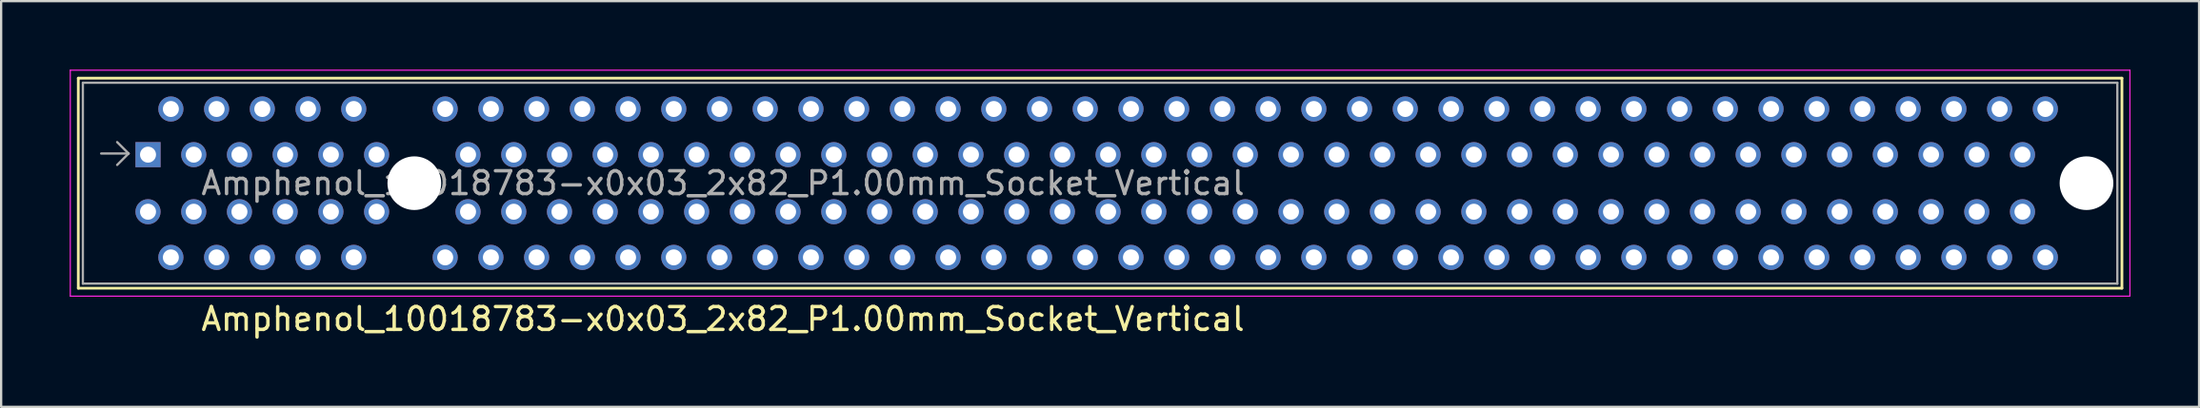
<source format=kicad_pcb>
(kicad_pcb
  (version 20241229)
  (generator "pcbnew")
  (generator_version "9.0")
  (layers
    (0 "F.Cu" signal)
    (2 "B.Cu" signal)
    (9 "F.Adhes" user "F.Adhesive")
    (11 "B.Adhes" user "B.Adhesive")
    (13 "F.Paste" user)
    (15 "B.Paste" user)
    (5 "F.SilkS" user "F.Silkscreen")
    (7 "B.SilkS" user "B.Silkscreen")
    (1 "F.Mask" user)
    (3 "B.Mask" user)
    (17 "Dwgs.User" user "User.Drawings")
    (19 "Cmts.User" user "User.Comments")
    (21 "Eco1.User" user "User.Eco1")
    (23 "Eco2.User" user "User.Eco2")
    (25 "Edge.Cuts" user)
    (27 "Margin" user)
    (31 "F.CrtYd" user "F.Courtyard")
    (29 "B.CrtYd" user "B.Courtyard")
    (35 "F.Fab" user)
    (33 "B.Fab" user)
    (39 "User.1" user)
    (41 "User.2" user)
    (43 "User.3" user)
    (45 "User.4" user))
  (footprint "Amphenol_10018783-x0x03_2x82_P1.00mm_Socket_Vertical"
    (layer "F.Cu")
    (at 3.425 3.725)
    (property "Reference" "Amphenol_10018783-x0x03_2x82_P1.00mm_Socket_Vertical" (at 25.15 7.2 0) (layer "F.SilkS") (effects (font (size 1 1) (thickness 0.15))))
    (attr through_hole)
    (fp_line (start -3.05 -3.35) (end -3.05 5.85) (stroke (width 0.12) (type solid)) (layer "F.SilkS"))
    (fp_line (start -3.05 5.85) (end 86.35 5.85) (stroke (width 0.12) (type solid)) (layer "F.SilkS"))
    (fp_line (start 86.35 -3.35) (end -3.05 -3.35) (stroke (width 0.12) (type solid)) (layer "F.SilkS"))
    (fp_line (start 86.35 5.85) (end 86.35 -3.35) (stroke (width 0.12) (type solid)) (layer "F.SilkS"))
    (fp_line (start -3.4 -3.7) (end -3.4 6.2) (stroke (width 0.05) (type solid)) (layer "F.CrtYd"))
    (fp_line (start -3.4 6.2) (end 86.7 6.2) (stroke (width 0.05) (type solid)) (layer "F.CrtYd"))
    (fp_line (start 86.7 -3.7) (end -3.4 -3.7) (stroke (width 0.05) (type solid)) (layer "F.CrtYd"))
    (fp_line (start 86.7 6.2) (end 86.7 -3.7) (stroke (width 0.05) (type solid)) (layer "F.CrtYd"))
    (fp_line (start -2.85 -3.15) (end -2.85 5.65) (stroke (width 0.1) (type solid)) (layer "F.Fab"))
    (fp_line (start -0.85 -0.05) (end -2.05 -0.05) (stroke (width 0.1) (type solid)) (layer "F.Fab"))
    (fp_line (start -0.85 -0.05) (end -1.35 -0.55) (stroke (width 0.1) (type solid)) (layer "F.Fab"))
    (fp_line (start -0.85 -0.05) (end -1.35 0.45) (stroke (width 0.1) (type solid)) (layer "F.Fab"))
    (fp_line (start 86.15 -3.15) (end -2.85 -3.15) (stroke (width 0.1) (type solid)) (layer "F.Fab"))
    (fp_line (start 86.15 -3.15) (end 86.15 5.65) (stroke (width 0.1) (type solid)) (layer "F.Fab"))
    (fp_line (start 86.15 5.65) (end -2.85 5.65) (stroke (width 0.1) (type solid)) (layer "F.Fab"))
    (fp_text user "${REFERENCE}" (at 25.15 1.25 0) (layer "F.Fab") (effects (font (size 1 1) (thickness 0.15))))
    (pad "" np_thru_hole circle (at 11.65 1.25) (size 2.35 2.35) (drill 2.35) (layers "*.Cu" "*.Mask"))
    (pad "" np_thru_hole circle (at 84.8 1.25) (size 2.35 2.35) (drill 2.35) (layers "*.Cu" "*.Mask"))
    (pad "A1" thru_hole rect (at 0 0) (size 1.1 1.1) (drill 0.7) (layers "*.Cu" "*.Mask"))
    (pad "A2" thru_hole circle (at 1 -2) (size 1.1 1.1) (drill 0.7) (layers "*.Cu" "*.Mask"))
    (pad "A3" thru_hole circle (at 2 0) (size 1.1 1.1) (drill 0.7) (layers "*.Cu" "*.Mask"))
    (pad "A4" thru_hole circle (at 3 -2) (size 1.1 1.1) (drill 0.7) (layers "*.Cu" "*.Mask"))
    (pad "A5" thru_hole circle (at 4 0) (size 1.1 1.1) (drill 0.7) (layers "*.Cu" "*.Mask"))
    (pad "A6" thru_hole circle (at 5 -2) (size 1.1 1.1) (drill 0.7) (layers "*.Cu" "*.Mask"))
    (pad "A7" thru_hole circle (at 6 0) (size 1.1 1.1) (drill 0.7) (layers "*.Cu" "*.Mask"))
    (pad "A8" thru_hole circle (at 7 -2) (size 1.1 1.1) (drill 0.7) (layers "*.Cu" "*.Mask"))
    (pad "A9" thru_hole circle (at 8 0) (size 1.1 1.1) (drill 0.7) (layers "*.Cu" "*.Mask"))
    (pad "A10" thru_hole circle (at 9 -2) (size 1.1 1.1) (drill 0.7) (layers "*.Cu" "*.Mask"))
    (pad "A11" thru_hole circle (at 10 0) (size 1.1 1.1) (drill 0.7) (layers "*.Cu" "*.Mask"))
    (pad "A12" thru_hole circle (at 13 -2) (size 1.1 1.1) (drill 0.7) (layers "*.Cu" "*.Mask"))
    (pad "A13" thru_hole circle (at 14 0) (size 1.1 1.1) (drill 0.7) (layers "*.Cu" "*.Mask"))
    (pad "A14" thru_hole circle (at 15 -2) (size 1.1 1.1) (drill 0.7) (layers "*.Cu" "*.Mask"))
    (pad "A15" thru_hole circle (at 16 0) (size 1.1 1.1) (drill 0.7) (layers "*.Cu" "*.Mask"))
    (pad "A16" thru_hole circle (at 17 -2) (size 1.1 1.1) (drill 0.7) (layers "*.Cu" "*.Mask"))
    (pad "A17" thru_hole circle (at 18 0) (size 1.1 1.1) (drill 0.7) (layers "*.Cu" "*.Mask"))
    (pad "A18" thru_hole circle (at 19 -2) (size 1.1 1.1) (drill 0.7) (layers "*.Cu" "*.Mask"))
    (pad "A19" thru_hole circle (at 20 0) (size 1.1 1.1) (drill 0.7) (layers "*.Cu" "*.Mask"))
    (pad "A20" thru_hole circle (at 21 -2) (size 1.1 1.1) (drill 0.7) (layers "*.Cu" "*.Mask"))
    (pad "A21" thru_hole circle (at 22 0) (size 1.1 1.1) (drill 0.7) (layers "*.Cu" "*.Mask"))
    (pad "A22" thru_hole circle (at 23 -2) (size 1.1 1.1) (drill 0.7) (layers "*.Cu" "*.Mask"))
    (pad "A23" thru_hole circle (at 24 0) (size 1.1 1.1) (drill 0.7) (layers "*.Cu" "*.Mask"))
    (pad "A24" thru_hole circle (at 25 -2) (size 1.1 1.1) (drill 0.7) (layers "*.Cu" "*.Mask"))
    (pad "A25" thru_hole circle (at 26 0) (size 1.1 1.1) (drill 0.7) (layers "*.Cu" "*.Mask"))
    (pad "A26" thru_hole circle (at 27 -2) (size 1.1 1.1) (drill 0.7) (layers "*.Cu" "*.Mask"))
    (pad "A27" thru_hole circle (at 28 0) (size 1.1 1.1) (drill 0.7) (layers "*.Cu" "*.Mask"))
    (pad "A28" thru_hole circle (at 29 -2) (size 1.1 1.1) (drill 0.7) (layers "*.Cu" "*.Mask"))
    (pad "A29" thru_hole circle (at 30 0) (size 1.1 1.1) (drill 0.7) (layers "*.Cu" "*.Mask"))
    (pad "A30" thru_hole circle (at 31 -2) (size 1.1 1.1) (drill 0.7) (layers "*.Cu" "*.Mask"))
    (pad "A31" thru_hole circle (at 32 0) (size 1.1 1.1) (drill 0.7) (layers "*.Cu" "*.Mask"))
    (pad "A32" thru_hole circle (at 33 -2) (size 1.1 1.1) (drill 0.7) (layers "*.Cu" "*.Mask"))
    (pad "A33" thru_hole circle (at 34 0) (size 1.1 1.1) (drill 0.7) (layers "*.Cu" "*.Mask"))
    (pad "A34" thru_hole circle (at 35 -2) (size 1.1 1.1) (drill 0.7) (layers "*.Cu" "*.Mask"))
    (pad "A35" thru_hole circle (at 36 0) (size 1.1 1.1) (drill 0.7) (layers "*.Cu" "*.Mask"))
    (pad "A36" thru_hole circle (at 37 -2) (size 1.1 1.1) (drill 0.7) (layers "*.Cu" "*.Mask"))
    (pad "A37" thru_hole circle (at 38 0) (size 1.1 1.1) (drill 0.7) (layers "*.Cu" "*.Mask"))
    (pad "A38" thru_hole circle (at 39 -2) (size 1.1 1.1) (drill 0.7) (layers "*.Cu" "*.Mask"))
    (pad "A39" thru_hole circle (at 40 0) (size 1.1 1.1) (drill 0.7) (layers "*.Cu" "*.Mask"))
    (pad "A40" thru_hole circle (at 41 -2) (size 1.1 1.1) (drill 0.7) (layers "*.Cu" "*.Mask"))
    (pad "A41" thru_hole circle (at 42 0) (size 1.1 1.1) (drill 0.7) (layers "*.Cu" "*.Mask"))
    (pad "A42" thru_hole circle (at 43 -2) (size 1.1 1.1) (drill 0.7) (layers "*.Cu" "*.Mask"))
    (pad "A43" thru_hole circle (at 44 0) (size 1.1 1.1) (drill 0.7) (layers "*.Cu" "*.Mask"))
    (pad "A44" thru_hole circle (at 45 -2) (size 1.1 1.1) (drill 0.7) (layers "*.Cu" "*.Mask"))
    (pad "A45" thru_hole circle (at 46 0) (size 1.1 1.1) (drill 0.7) (layers "*.Cu" "*.Mask"))
    (pad "A46" thru_hole circle (at 47 -2) (size 1.1 1.1) (drill 0.7) (layers "*.Cu" "*.Mask"))
    (pad "A47" thru_hole circle (at 48 0) (size 1.1 1.1) (drill 0.7) (layers "*.Cu" "*.Mask"))
    (pad "A48" thru_hole circle (at 49 -2) (size 1.1 1.1) (drill 0.7) (layers "*.Cu" "*.Mask"))
    (pad "A49" thru_hole circle (at 50 0) (size 1.1 1.1) (drill 0.7) (layers "*.Cu" "*.Mask"))
    (pad "A50" thru_hole circle (at 51 -2) (size 1.1 1.1) (drill 0.7) (layers "*.Cu" "*.Mask"))
    (pad "A51" thru_hole circle (at 52 0) (size 1.1 1.1) (drill 0.7) (layers "*.Cu" "*.Mask"))
    (pad "A52" thru_hole circle (at 53 -2) (size 1.1 1.1) (drill 0.7) (layers "*.Cu" "*.Mask"))
    (pad "A53" thru_hole circle (at 54 0) (size 1.1 1.1) (drill 0.7) (layers "*.Cu" "*.Mask"))
    (pad "A54" thru_hole circle (at 55 -2) (size 1.1 1.1) (drill 0.7) (layers "*.Cu" "*.Mask"))
    (pad "A55" thru_hole circle (at 56 0) (size 1.1 1.1) (drill 0.7) (layers "*.Cu" "*.Mask"))
    (pad "A56" thru_hole circle (at 57 -2) (size 1.1 1.1) (drill 0.7) (layers "*.Cu" "*.Mask"))
    (pad "A57" thru_hole circle (at 58 0) (size 1.1 1.1) (drill 0.7) (layers "*.Cu" "*.Mask"))
    (pad "A58" thru_hole circle (at 59 -2) (size 1.1 1.1) (drill 0.7) (layers "*.Cu" "*.Mask"))
    (pad "A59" thru_hole circle (at 60 0) (size 1.1 1.1) (drill 0.7) (layers "*.Cu" "*.Mask"))
    (pad "A60" thru_hole circle (at 61 -2) (size 1.1 1.1) (drill 0.7) (layers "*.Cu" "*.Mask"))
    (pad "A61" thru_hole circle (at 62 0) (size 1.1 1.1) (drill 0.7) (layers "*.Cu" "*.Mask"))
    (pad "A62" thru_hole circle (at 63 -2) (size 1.1 1.1) (drill 0.7) (layers "*.Cu" "*.Mask"))
    (pad "A63" thru_hole circle (at 64 0) (size 1.1 1.1) (drill 0.7) (layers "*.Cu" "*.Mask"))
    (pad "A64" thru_hole circle (at 65 -2) (size 1.1 1.1) (drill 0.7) (layers "*.Cu" "*.Mask"))
    (pad "A65" thru_hole circle (at 66 0) (size 1.1 1.1) (drill 0.7) (layers "*.Cu" "*.Mask"))
    (pad "A66" thru_hole circle (at 67 -2) (size 1.1 1.1) (drill 0.7) (layers "*.Cu" "*.Mask"))
    (pad "A67" thru_hole circle (at 68 0) (size 1.1 1.1) (drill 0.7) (layers "*.Cu" "*.Mask"))
    (pad "A68" thru_hole circle (at 69 -2) (size 1.1 1.1) (drill 0.7) (layers "*.Cu" "*.Mask"))
    (pad "A69" thru_hole circle (at 70 0) (size 1.1 1.1) (drill 0.7) (layers "*.Cu" "*.Mask"))
    (pad "A70" thru_hole circle (at 71 -2) (size 1.1 1.1) (drill 0.7) (layers "*.Cu" "*.Mask"))
    (pad "A71" thru_hole circle (at 72 0) (size 1.1 1.1) (drill 0.7) (layers "*.Cu" "*.Mask"))
    (pad "A72" thru_hole circle (at 73 -2) (size 1.1 1.1) (drill 0.7) (layers "*.Cu" "*.Mask"))
    (pad "A73" thru_hole circle (at 74 0) (size 1.1 1.1) (drill 0.7) (layers "*.Cu" "*.Mask"))
    (pad "A74" thru_hole circle (at 75 -2) (size 1.1 1.1) (drill 0.7) (layers "*.Cu" "*.Mask"))
    (pad "A75" thru_hole circle (at 76 0) (size 1.1 1.1) (drill 0.7) (layers "*.Cu" "*.Mask"))
    (pad "A76" thru_hole circle (at 77 -2) (size 1.1 1.1) (drill 0.7) (layers "*.Cu" "*.Mask"))
    (pad "A77" thru_hole circle (at 78 0) (size 1.1 1.1) (drill 0.7) (layers "*.Cu" "*.Mask"))
    (pad "A78" thru_hole circle (at 79 -2) (size 1.1 1.1) (drill 0.7) (layers "*.Cu" "*.Mask"))
    (pad "A79" thru_hole circle (at 80 0) (size 1.1 1.1) (drill 0.7) (layers "*.Cu" "*.Mask"))
    (pad "A80" thru_hole circle (at 81 -2) (size 1.1 1.1) (drill 0.7) (layers "*.Cu" "*.Mask"))
    (pad "A81" thru_hole circle (at 82 0) (size 1.1 1.1) (drill 0.7) (layers "*.Cu" "*.Mask"))
    (pad "A82" thru_hole circle (at 83 -2) (size 1.1 1.1) (drill 0.7) (layers "*.Cu" "*.Mask"))
    (pad "B1" thru_hole circle (at 0 2.5) (size 1.1 1.1) (drill 0.7) (layers "*.Cu" "*.Mask"))
    (pad "B2" thru_hole circle (at 1 4.5) (size 1.1 1.1) (drill 0.7) (layers "*.Cu" "*.Mask"))
    (pad "B3" thru_hole circle (at 2 2.5) (size 1.1 1.1) (drill 0.7) (layers "*.Cu" "*.Mask"))
    (pad "B4" thru_hole circle (at 3 4.5) (size 1.1 1.1) (drill 0.7) (layers "*.Cu" "*.Mask"))
    (pad "B5" thru_hole circle (at 4 2.5) (size 1.1 1.1) (drill 0.7) (layers "*.Cu" "*.Mask"))
    (pad "B6" thru_hole circle (at 5 4.5) (size 1.1 1.1) (drill 0.7) (layers "*.Cu" "*.Mask"))
    (pad "B7" thru_hole circle (at 6 2.5) (size 1.1 1.1) (drill 0.7) (layers "*.Cu" "*.Mask"))
    (pad "B8" thru_hole circle (at 7 4.5) (size 1.1 1.1) (drill 0.7) (layers "*.Cu" "*.Mask"))
    (pad "B9" thru_hole circle (at 8 2.5) (size 1.1 1.1) (drill 0.7) (layers "*.Cu" "*.Mask"))
    (pad "B10" thru_hole circle (at 9 4.5) (size 1.1 1.1) (drill 0.7) (layers "*.Cu" "*.Mask"))
    (pad "B11" thru_hole circle (at 10 2.5) (size 1.1 1.1) (drill 0.7) (layers "*.Cu" "*.Mask"))
    (pad "B12" thru_hole circle (at 13 4.5) (size 1.1 1.1) (drill 0.7) (layers "*.Cu" "*.Mask"))
    (pad "B13" thru_hole circle (at 14 2.5) (size 1.1 1.1) (drill 0.7) (layers "*.Cu" "*.Mask"))
    (pad "B14" thru_hole circle (at 15 4.5) (size 1.1 1.1) (drill 0.7) (layers "*.Cu" "*.Mask"))
    (pad "B15" thru_hole circle (at 16 2.5) (size 1.1 1.1) (drill 0.7) (layers "*.Cu" "*.Mask"))
    (pad "B16" thru_hole circle (at 17 4.5) (size 1.1 1.1) (drill 0.7) (layers "*.Cu" "*.Mask"))
    (pad "B17" thru_hole circle (at 18 2.5) (size 1.1 1.1) (drill 0.7) (layers "*.Cu" "*.Mask"))
    (pad "B18" thru_hole circle (at 19 4.5) (size 1.1 1.1) (drill 0.7) (layers "*.Cu" "*.Mask"))
    (pad "B19" thru_hole circle (at 20 2.5) (size 1.1 1.1) (drill 0.7) (layers "*.Cu" "*.Mask"))
    (pad "B20" thru_hole circle (at 21 4.5) (size 1.1 1.1) (drill 0.7) (layers "*.Cu" "*.Mask"))
    (pad "B21" thru_hole circle (at 22 2.5) (size 1.1 1.1) (drill 0.7) (layers "*.Cu" "*.Mask"))
    (pad "B22" thru_hole circle (at 23 4.5) (size 1.1 1.1) (drill 0.7) (layers "*.Cu" "*.Mask"))
    (pad "B23" thru_hole circle (at 24 2.5) (size 1.1 1.1) (drill 0.7) (layers "*.Cu" "*.Mask"))
    (pad "B24" thru_hole circle (at 25 4.5) (size 1.1 1.1) (drill 0.7) (layers "*.Cu" "*.Mask"))
    (pad "B25" thru_hole circle (at 26 2.5) (size 1.1 1.1) (drill 0.7) (layers "*.Cu" "*.Mask"))
    (pad "B26" thru_hole circle (at 27 4.5) (size 1.1 1.1) (drill 0.7) (layers "*.Cu" "*.Mask"))
    (pad "B27" thru_hole circle (at 28 2.5) (size 1.1 1.1) (drill 0.7) (layers "*.Cu" "*.Mask"))
    (pad "B28" thru_hole circle (at 29 4.5) (size 1.1 1.1) (drill 0.7) (layers "*.Cu" "*.Mask"))
    (pad "B29" thru_hole circle (at 30 2.5) (size 1.1 1.1) (drill 0.7) (layers "*.Cu" "*.Mask"))
    (pad "B30" thru_hole circle (at 31 4.5) (size 1.1 1.1) (drill 0.7) (layers "*.Cu" "*.Mask"))
    (pad "B31" thru_hole circle (at 32 2.5) (size 1.1 1.1) (drill 0.7) (layers "*.Cu" "*.Mask"))
    (pad "B32" thru_hole circle (at 33 4.5) (size 1.1 1.1) (drill 0.7) (layers "*.Cu" "*.Mask"))
    (pad "B33" thru_hole circle (at 34 2.5) (size 1.1 1.1) (drill 0.7) (layers "*.Cu" "*.Mask"))
    (pad "B34" thru_hole circle (at 35 4.5) (size 1.1 1.1) (drill 0.7) (layers "*.Cu" "*.Mask"))
    (pad "B35" thru_hole circle (at 36 2.5) (size 1.1 1.1) (drill 0.7) (layers "*.Cu" "*.Mask"))
    (pad "B36" thru_hole circle (at 37 4.5) (size 1.1 1.1) (drill 0.7) (layers "*.Cu" "*.Mask"))
    (pad "B37" thru_hole circle (at 38 2.5) (size 1.1 1.1) (drill 0.7) (layers "*.Cu" "*.Mask"))
    (pad "B38" thru_hole circle (at 39 4.5) (size 1.1 1.1) (drill 0.7) (layers "*.Cu" "*.Mask"))
    (pad "B39" thru_hole circle (at 40 2.5) (size 1.1 1.1) (drill 0.7) (layers "*.Cu" "*.Mask"))
    (pad "B40" thru_hole circle (at 41 4.5) (size 1.1 1.1) (drill 0.7) (layers "*.Cu" "*.Mask"))
    (pad "B41" thru_hole circle (at 42 2.5) (size 1.1 1.1) (drill 0.7) (layers "*.Cu" "*.Mask"))
    (pad "B42" thru_hole circle (at 43 4.5) (size 1.1 1.1) (drill 0.7) (layers "*.Cu" "*.Mask"))
    (pad "B43" thru_hole circle (at 44 2.5) (size 1.1 1.1) (drill 0.7) (layers "*.Cu" "*.Mask"))
    (pad "B44" thru_hole circle (at 45 4.5) (size 1.1 1.1) (drill 0.7) (layers "*.Cu" "*.Mask"))
    (pad "B45" thru_hole circle (at 46 2.5) (size 1.1 1.1) (drill 0.7) (layers "*.Cu" "*.Mask"))
    (pad "B46" thru_hole circle (at 47 4.5) (size 1.1 1.1) (drill 0.7) (layers "*.Cu" "*.Mask"))
    (pad "B47" thru_hole circle (at 48 2.5) (size 1.1 1.1) (drill 0.7) (layers "*.Cu" "*.Mask"))
    (pad "B48" thru_hole circle (at 49 4.5) (size 1.1 1.1) (drill 0.7) (layers "*.Cu" "*.Mask"))
    (pad "B49" thru_hole circle (at 50 2.5) (size 1.1 1.1) (drill 0.7) (layers "*.Cu" "*.Mask"))
    (pad "B50" thru_hole circle (at 51 4.5) (size 1.1 1.1) (drill 0.7) (layers "*.Cu" "*.Mask"))
    (pad "B51" thru_hole circle (at 52 2.5) (size 1.1 1.1) (drill 0.7) (layers "*.Cu" "*.Mask"))
    (pad "B52" thru_hole circle (at 53 4.5) (size 1.1 1.1) (drill 0.7) (layers "*.Cu" "*.Mask"))
    (pad "B53" thru_hole circle (at 54 2.5) (size 1.1 1.1) (drill 0.7) (layers "*.Cu" "*.Mask"))
    (pad "B54" thru_hole circle (at 55 4.5) (size 1.1 1.1) (drill 0.7) (layers "*.Cu" "*.Mask"))
    (pad "B55" thru_hole circle (at 56 2.5) (size 1.1 1.1) (drill 0.7) (layers "*.Cu" "*.Mask"))
    (pad "B56" thru_hole circle (at 57 4.5) (size 1.1 1.1) (drill 0.7) (layers "*.Cu" "*.Mask"))
    (pad "B57" thru_hole circle (at 58 2.5) (size 1.1 1.1) (drill 0.7) (layers "*.Cu" "*.Mask"))
    (pad "B58" thru_hole circle (at 59 4.5) (size 1.1 1.1) (drill 0.7) (layers "*.Cu" "*.Mask"))
    (pad "B59" thru_hole circle (at 60 2.5) (size 1.1 1.1) (drill 0.7) (layers "*.Cu" "*.Mask"))
    (pad "B60" thru_hole circle (at 61 4.5) (size 1.1 1.1) (drill 0.7) (layers "*.Cu" "*.Mask"))
    (pad "B61" thru_hole circle (at 62 2.5) (size 1.1 1.1) (drill 0.7) (layers "*.Cu" "*.Mask"))
    (pad "B62" thru_hole circle (at 63 4.5) (size 1.1 1.1) (drill 0.7) (layers "*.Cu" "*.Mask"))
    (pad "B63" thru_hole circle (at 64 2.5) (size 1.1 1.1) (drill 0.7) (layers "*.Cu" "*.Mask"))
    (pad "B64" thru_hole circle (at 65 4.5) (size 1.1 1.1) (drill 0.7) (layers "*.Cu" "*.Mask"))
    (pad "B65" thru_hole circle (at 66 2.5) (size 1.1 1.1) (drill 0.7) (layers "*.Cu" "*.Mask"))
    (pad "B66" thru_hole circle (at 67 4.5) (size 1.1 1.1) (drill 0.7) (layers "*.Cu" "*.Mask"))
    (pad "B67" thru_hole circle (at 68 2.5) (size 1.1 1.1) (drill 0.7) (layers "*.Cu" "*.Mask"))
    (pad "B68" thru_hole circle (at 69 4.5) (size 1.1 1.1) (drill 0.7) (layers "*.Cu" "*.Mask"))
    (pad "B69" thru_hole circle (at 70 2.5) (size 1.1 1.1) (drill 0.7) (layers "*.Cu" "*.Mask"))
    (pad "B70" thru_hole circle (at 71 4.5) (size 1.1 1.1) (drill 0.7) (layers "*.Cu" "*.Mask"))
    (pad "B71" thru_hole circle (at 72 2.5) (size 1.1 1.1) (drill 0.7) (layers "*.Cu" "*.Mask"))
    (pad "B72" thru_hole circle (at 73 4.5) (size 1.1 1.1) (drill 0.7) (layers "*.Cu" "*.Mask"))
    (pad "B73" thru_hole circle (at 74 2.5) (size 1.1 1.1) (drill 0.7) (layers "*.Cu" "*.Mask"))
    (pad "B74" thru_hole circle (at 75 4.5) (size 1.1 1.1) (drill 0.7) (layers "*.Cu" "*.Mask"))
    (pad "B75" thru_hole circle (at 76 2.5) (size 1.1 1.1) (drill 0.7) (layers "*.Cu" "*.Mask"))
    (pad "B76" thru_hole circle (at 77 4.5) (size 1.1 1.1) (drill 0.7) (layers "*.Cu" "*.Mask"))
    (pad "B77" thru_hole circle (at 78 2.5) (size 1.1 1.1) (drill 0.7) (layers "*.Cu" "*.Mask"))
    (pad "B78" thru_hole circle (at 79 4.5) (size 1.1 1.1) (drill 0.7) (layers "*.Cu" "*.Mask"))
    (pad "B79" thru_hole circle (at 80 2.5) (size 1.1 1.1) (drill 0.7) (layers "*.Cu" "*.Mask"))
    (pad "B80" thru_hole circle (at 81 4.5) (size 1.1 1.1) (drill 0.7) (layers "*.Cu" "*.Mask"))
    (pad "B81" thru_hole circle (at 82 2.5) (size 1.1 1.1) (drill 0.7) (layers "*.Cu" "*.Mask"))
    (pad "B82" thru_hole circle (at 83 4.5) (size 1.1 1.1) (drill 0.7) (layers "*.Cu" "*.Mask")))
  (gr_rect
    (start -3 -3)
    (end 93.15 14.773)
    (stroke (width 0.1) (type default))
    (fill no)
    (layer "Edge.Cuts")))
</source>
